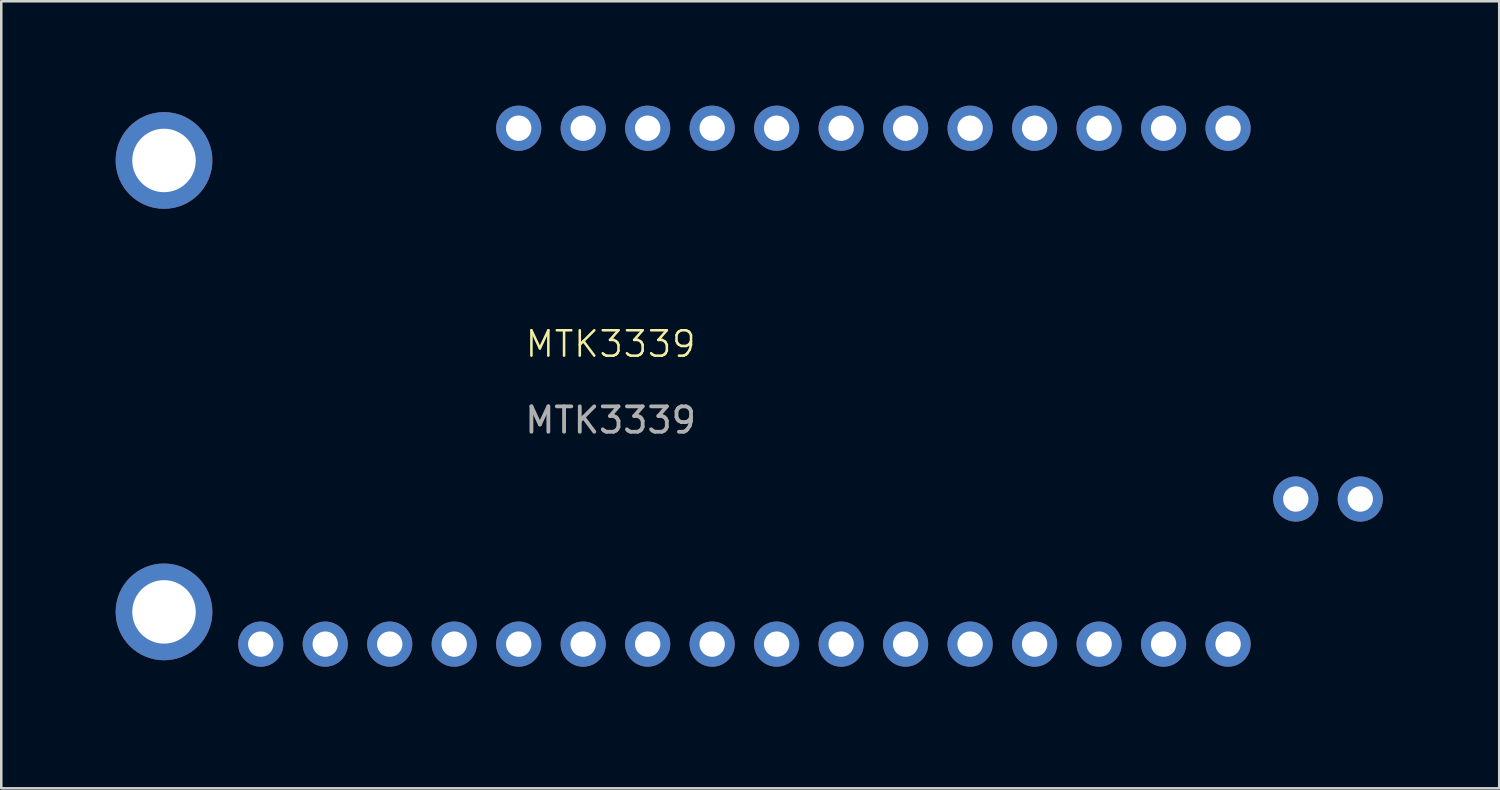
<source format=kicad_pcb>
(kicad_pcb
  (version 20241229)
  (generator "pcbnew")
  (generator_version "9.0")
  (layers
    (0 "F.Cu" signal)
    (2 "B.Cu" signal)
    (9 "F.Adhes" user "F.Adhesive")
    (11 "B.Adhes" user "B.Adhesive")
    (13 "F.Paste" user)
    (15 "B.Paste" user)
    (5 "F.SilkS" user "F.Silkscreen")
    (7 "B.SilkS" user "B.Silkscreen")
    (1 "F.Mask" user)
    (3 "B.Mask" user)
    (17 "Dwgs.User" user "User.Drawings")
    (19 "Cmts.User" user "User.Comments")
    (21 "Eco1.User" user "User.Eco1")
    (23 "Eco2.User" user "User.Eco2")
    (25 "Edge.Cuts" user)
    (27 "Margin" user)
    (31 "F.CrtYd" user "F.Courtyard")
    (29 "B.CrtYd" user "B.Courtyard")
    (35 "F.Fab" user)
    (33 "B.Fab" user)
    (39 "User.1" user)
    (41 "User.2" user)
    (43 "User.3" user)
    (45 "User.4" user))
  (footprint "MTK3339"
    (layer "F.Cu")
    (at 21 11)
    (property "Reference" "MTK3339" (at 0 -0.5 0) (unlocked yes) (layer "F.SilkS") (effects (font (size 1 1) (thickness 0.1))))
    (attr through_hole)
    (fp_text user "${REFERENCE}" (at 0 2.5 0) (unlocked yes) (layer "F.Fab") (effects (font (size 1 1) (thickness 0.15))))
    (pad "" thru_hole circle (at -13.78 11.32) (size 1.778 1.778) (drill 1) (layers "*.Cu" "*.Mask"))
    (pad "" thru_hole circle (at -8.7 11.32) (size 1.778 1.778) (drill 1) (layers "*.Cu" "*.Mask"))
    (pad "" thru_hole circle (at -3.62 -9) (size 1.778 1.778) (drill 1) (layers "*.Cu" "*.Mask"))
    (pad "" thru_hole circle (at -3.62 11.32) (size 1.778 1.778) (drill 1) (layers "*.Cu" "*.Mask"))
    (pad "" thru_hole circle (at -1.08 -9) (size 1.778 1.778) (drill 1) (layers "*.Cu" "*.Mask"))
    (pad "" thru_hole circle (at -1.08 11.32) (size 1.778 1.778) (drill 1) (layers "*.Cu" "*.Mask"))
    (pad "" thru_hole circle (at 1.46 -9) (size 1.778 1.778) (drill 1) (layers "*.Cu" "*.Mask"))
    (pad "" thru_hole circle (at 1.46 11.32) (size 1.778 1.778) (drill 1) (layers "*.Cu" "*.Mask"))
    (pad "" thru_hole circle (at 4 -9) (size 1.778 1.778) (drill 1) (layers "*.Cu" "*.Mask"))
    (pad "" thru_hole circle (at 4 11.32) (size 1.778 1.778) (drill 1) (layers "*.Cu" "*.Mask"))
    (pad "" thru_hole circle (at 6.54 -9) (size 1.778 1.778) (drill 1) (layers "*.Cu" "*.Mask"))
    (pad "" thru_hole circle (at 6.54 11.32) (size 1.778 1.778) (drill 1) (layers "*.Cu" "*.Mask"))
    (pad "" thru_hole circle (at 9.08 -9) (size 1.778 1.778) (drill 1) (layers "*.Cu" "*.Mask"))
    (pad "" thru_hole circle (at 9.08 11.32) (size 1.778 1.778) (drill 1) (layers "*.Cu" "*.Mask"))
    (pad "" thru_hole circle (at 11.62 -9) (size 1.778 1.778) (drill 1) (layers "*.Cu" "*.Mask"))
    (pad "" thru_hole circle (at 11.62 11.32) (size 1.778 1.778) (drill 1) (layers "*.Cu" "*.Mask"))
    (pad "" thru_hole circle (at 14.16 -9) (size 1.778 1.778) (drill 1) (layers "*.Cu" "*.Mask"))
    (pad "" thru_hole circle (at 14.16 11.32) (size 1.778 1.778) (drill 1) (layers "*.Cu" "*.Mask"))
    (pad "" thru_hole circle (at 16.7 -9) (size 1.778 1.778) (drill 1) (layers "*.Cu" "*.Mask"))
    (pad "" thru_hole circle (at 16.7 11.32) (size 1.778 1.778) (drill 1) (layers "*.Cu" "*.Mask"))
    (pad "" thru_hole circle (at 19.24 -9) (size 1.778 1.778) (drill 1) (layers "*.Cu" "*.Mask"))
    (pad "" thru_hole circle (at 19.24 11.32) (size 1.778 1.778) (drill 1) (layers "*.Cu" "*.Mask"))
    (pad "" thru_hole circle (at 21.78 -9) (size 1.778 1.778) (drill 1) (layers "*.Cu" "*.Mask"))
    (pad "" thru_hole circle (at 21.78 11.32) (size 1.778 1.778) (drill 1) (layers "*.Cu" "*.Mask"))
    (pad "" thru_hole circle (at 24.32 -9) (size 1.778 1.778) (drill 1) (layers "*.Cu" "*.Mask"))
    (pad "" thru_hole circle (at 24.32 11.32) (size 1.778 1.778) (drill 1) (layers "*.Cu" "*.Mask"))
    (pad "1" thru_hole circle (at -11.24 11.32) (size 1.778 1.778) (drill 1) (layers "*.Cu" "*.Mask"))
    (pad "2" thru_hole circle (at -6.16 11.32) (size 1.778 1.778) (drill 1) (layers "*.Cu" "*.Mask"))
    (pad "3" thru_hole circle (at 29.527 5.605 270) (size 1.778 1.778) (drill 1) (layers "*.Cu" "*.Mask"))
    (pad "4" thru_hole circle (at 26.987 5.605 270) (size 1.778 1.778) (drill 1) (layers "*.Cu" "*.Mask"))
    (pad "P$1" thru_hole circle (at -17.59 -7.73) (size 3.81 3.81) (drill 2.5) (layers "*.Cu" "*.Mask"))
    (pad "P$2" thru_hole circle (at -17.59 10.05) (size 3.81 3.81) (drill 2.5) (layers "*.Cu" "*.Mask"))
    (zone (net_name "") (layer "F.SilkS") (hatch edge 0.5) (connect_pads) (min_thickness 0.25) (filled_areas_thickness no) (keepout (tracks allowed) (vias allowed) (pads not_allowed) (copperpour allowed) (footprints not_allowed)) (placement (enabled no)) (fill) (polygon (pts (xy 0 0) (xy 53 0) (xy 53 25) (xy 0 25)))))
  (gr_rect
    (start -3 -3)
    (end 56 28)
    (stroke (width 0.1) (type default))
    (fill no)
    (layer "Edge.Cuts")))
</source>
